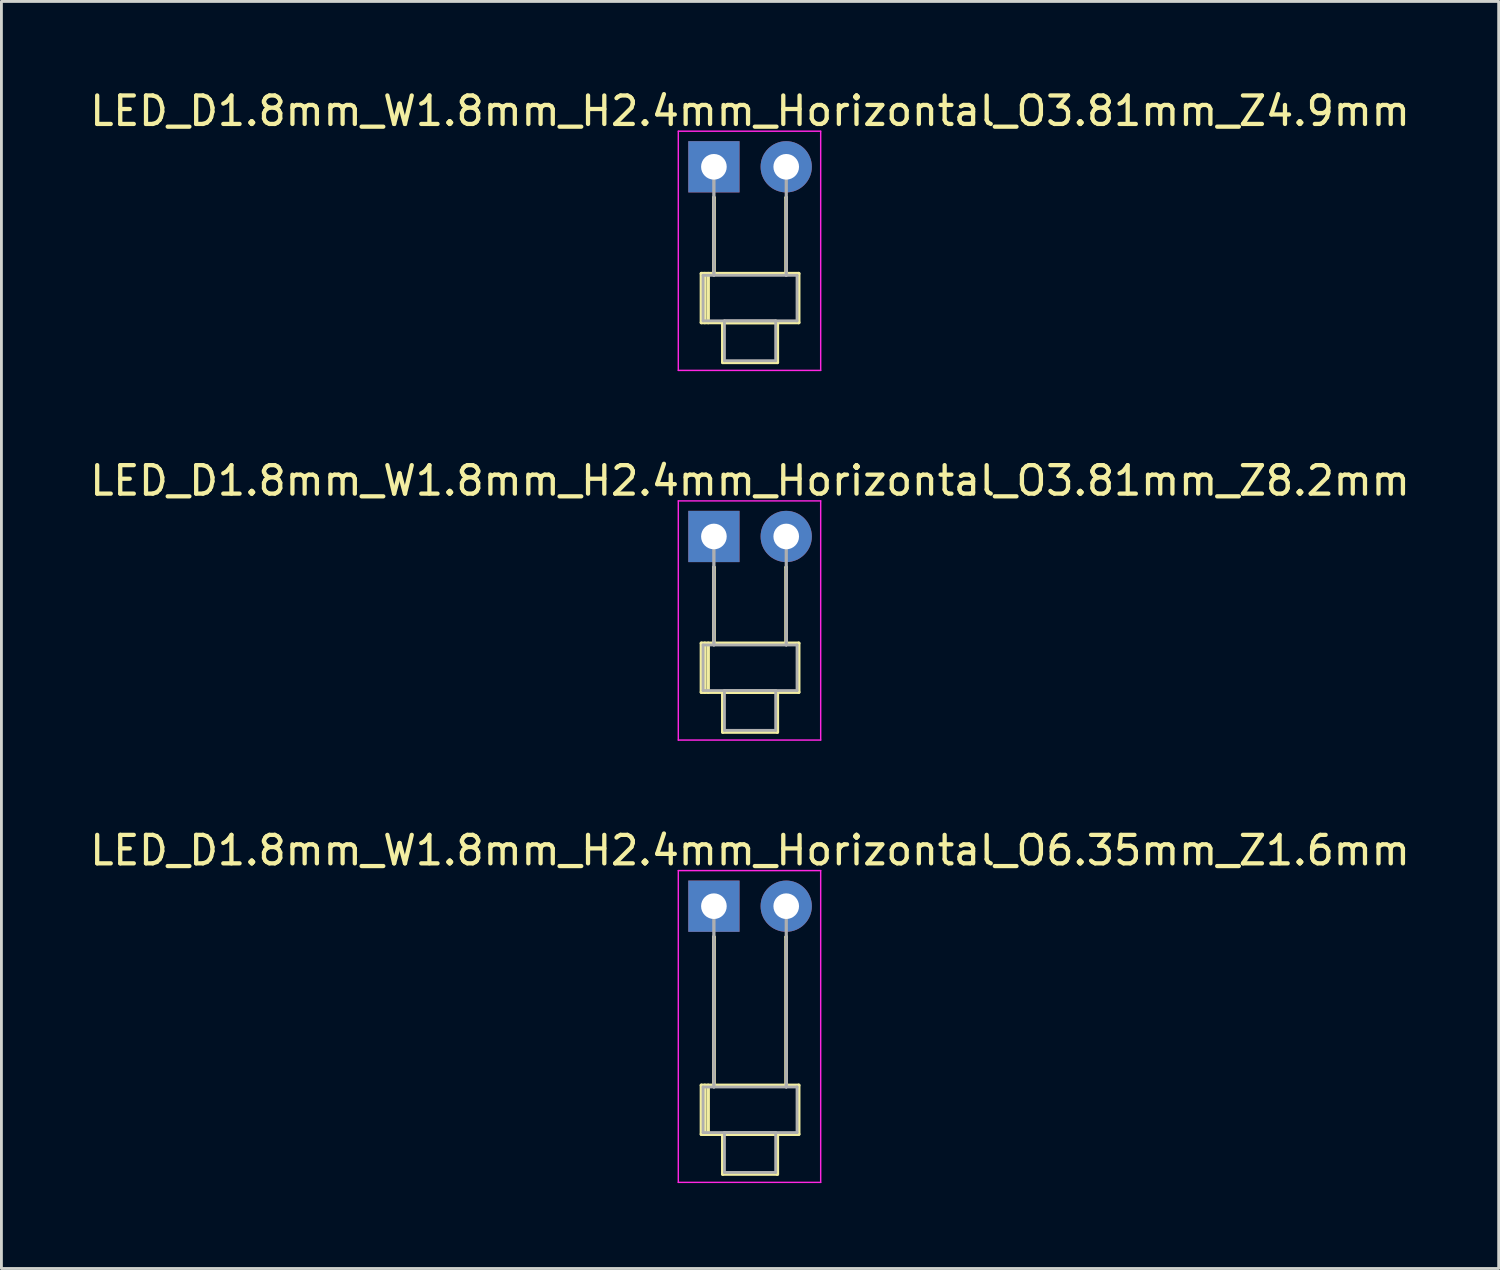
<source format=kicad_pcb>
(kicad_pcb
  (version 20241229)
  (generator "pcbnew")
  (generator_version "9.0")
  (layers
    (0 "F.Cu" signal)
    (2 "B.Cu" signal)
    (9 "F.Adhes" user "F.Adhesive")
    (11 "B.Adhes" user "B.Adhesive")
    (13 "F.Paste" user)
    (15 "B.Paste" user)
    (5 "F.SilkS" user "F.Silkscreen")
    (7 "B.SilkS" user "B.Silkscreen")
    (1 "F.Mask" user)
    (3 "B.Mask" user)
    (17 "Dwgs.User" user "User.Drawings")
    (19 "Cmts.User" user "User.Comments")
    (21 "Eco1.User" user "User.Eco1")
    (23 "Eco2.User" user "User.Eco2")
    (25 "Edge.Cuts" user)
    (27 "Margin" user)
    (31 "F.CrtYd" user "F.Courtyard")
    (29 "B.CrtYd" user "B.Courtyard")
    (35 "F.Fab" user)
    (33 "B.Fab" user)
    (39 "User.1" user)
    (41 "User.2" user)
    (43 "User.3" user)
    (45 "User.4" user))
  (footprint "LED_D1.8mm_W1.8mm_H2.4mm_Horizontal_O6.35mm_Z1.6mm"
    (layer "F.Cu")
    (at 22.022 28.775)
    (property "Reference" "LED_D1.8mm_W1.8mm_H2.4mm_Horizontal_O6.35mm_Z1.6mm" (at 1.27 -1.96 0) (layer "F.SilkS") (effects (font (size 1 1) (thickness 0.15))))
    (attr through_hole)
    (fp_line (start -0.44 6.29) (end -0.44 8.01) (stroke (width 0.12) (type solid)) (layer "F.SilkS"))
    (fp_line (start -0.44 8.01) (end 2.98 8.01) (stroke (width 0.12) (type solid)) (layer "F.SilkS"))
    (fp_line (start -0.32 6.29) (end -0.32 8.01) (stroke (width 0.12) (type solid)) (layer "F.SilkS"))
    (fp_line (start -0.2 6.29) (end -0.2 8.01) (stroke (width 0.12) (type solid)) (layer "F.SilkS"))
    (fp_line (start 0 1.08) (end 0 1.08) (stroke (width 0.12) (type solid)) (layer "F.SilkS"))
    (fp_line (start 0 1.08) (end 0 6.29) (stroke (width 0.12) (type solid)) (layer "F.SilkS"))
    (fp_line (start 0 6.29) (end 0 1.08) (stroke (width 0.12) (type solid)) (layer "F.SilkS"))
    (fp_line (start 0 6.29) (end 0 6.29) (stroke (width 0.12) (type solid)) (layer "F.SilkS"))
    (fp_line (start 0.31 8.01) (end 0.31 9.41) (stroke (width 0.12) (type solid)) (layer "F.SilkS"))
    (fp_line (start 0.31 9.41) (end 2.23 9.41) (stroke (width 0.12) (type solid)) (layer "F.SilkS"))
    (fp_line (start 2.23 8.01) (end 0.31 8.01) (stroke (width 0.12) (type solid)) (layer "F.SilkS"))
    (fp_line (start 2.23 9.41) (end 2.23 8.01) (stroke (width 0.12) (type solid)) (layer "F.SilkS"))
    (fp_line (start 2.54 1.08) (end 2.54 1.08) (stroke (width 0.12) (type solid)) (layer "F.SilkS"))
    (fp_line (start 2.54 1.08) (end 2.54 6.29) (stroke (width 0.12) (type solid)) (layer "F.SilkS"))
    (fp_line (start 2.54 6.29) (end 2.54 1.08) (stroke (width 0.12) (type solid)) (layer "F.SilkS"))
    (fp_line (start 2.54 6.29) (end 2.54 6.29) (stroke (width 0.12) (type solid)) (layer "F.SilkS"))
    (fp_line (start 2.98 6.29) (end -0.44 6.29) (stroke (width 0.12) (type solid)) (layer "F.SilkS"))
    (fp_line (start 2.98 8.01) (end 2.98 6.29) (stroke (width 0.12) (type solid)) (layer "F.SilkS"))
    (fp_line (start -1.25 -1.25) (end -1.25 9.7) (stroke (width 0.05) (type solid)) (layer "F.CrtYd"))
    (fp_line (start -1.25 9.7) (end 3.75 9.7) (stroke (width 0.05) (type solid)) (layer "F.CrtYd"))
    (fp_line (start 3.75 -1.25) (end -1.25 -1.25) (stroke (width 0.05) (type solid)) (layer "F.CrtYd"))
    (fp_line (start 3.75 9.7) (end 3.75 -1.25) (stroke (width 0.05) (type solid)) (layer "F.CrtYd"))
    (fp_line (start -0.38 6.35) (end -0.38 7.95) (stroke (width 0.1) (type solid)) (layer "F.Fab"))
    (fp_line (start -0.38 7.95) (end 2.92 7.95) (stroke (width 0.1) (type solid)) (layer "F.Fab"))
    (fp_line (start 0 0) (end 0 0) (stroke (width 0.1) (type solid)) (layer "F.Fab"))
    (fp_line (start 0 0) (end 0 6.35) (stroke (width 0.1) (type solid)) (layer "F.Fab"))
    (fp_line (start 0 6.35) (end 0 0) (stroke (width 0.1) (type solid)) (layer "F.Fab"))
    (fp_line (start 0 6.35) (end 0 6.35) (stroke (width 0.1) (type solid)) (layer "F.Fab"))
    (fp_line (start 0.37 7.95) (end 0.37 9.35) (stroke (width 0.1) (type solid)) (layer "F.Fab"))
    (fp_line (start 0.37 9.35) (end 2.17 9.35) (stroke (width 0.1) (type solid)) (layer "F.Fab"))
    (fp_line (start 2.17 7.95) (end 0.37 7.95) (stroke (width 0.1) (type solid)) (layer "F.Fab"))
    (fp_line (start 2.17 9.35) (end 2.17 7.95) (stroke (width 0.1) (type solid)) (layer "F.Fab"))
    (fp_line (start 2.54 0) (end 2.54 0) (stroke (width 0.1) (type solid)) (layer "F.Fab"))
    (fp_line (start 2.54 0) (end 2.54 6.35) (stroke (width 0.1) (type solid)) (layer "F.Fab"))
    (fp_line (start 2.54 6.35) (end 2.54 0) (stroke (width 0.1) (type solid)) (layer "F.Fab"))
    (fp_line (start 2.54 6.35) (end 2.54 6.35) (stroke (width 0.1) (type solid)) (layer "F.Fab"))
    (fp_line (start 2.92 6.35) (end -0.38 6.35) (stroke (width 0.1) (type solid)) (layer "F.Fab"))
    (fp_line (start 2.92 7.95) (end 2.92 6.35) (stroke (width 0.1) (type solid)) (layer "F.Fab"))
    (pad "1" thru_hole rect (at 0 0) (size 1.8 1.8) (drill 0.9) (layers "*.Cu" "*.Mask"))
    (pad "2" thru_hole circle (at 2.54 0) (size 1.8 1.8) (drill 0.9) (layers "*.Cu" "*.Mask")))
  (footprint "LED_D1.8mm_W1.8mm_H2.4mm_Horizontal_O3.81mm_Z4.9mm"
    (layer "F.Cu")
    (at 22.022 2.808)
    (property "Reference" "LED_D1.8mm_W1.8mm_H2.4mm_Horizontal_O3.81mm_Z4.9mm" (at 1.27 -1.96 0) (layer "F.SilkS") (effects (font (size 1 1) (thickness 0.15))))
    (attr through_hole)
    (fp_line (start -0.44 3.75) (end -0.44 5.47) (stroke (width 0.12) (type solid)) (layer "F.SilkS"))
    (fp_line (start -0.44 5.47) (end 2.98 5.47) (stroke (width 0.12) (type solid)) (layer "F.SilkS"))
    (fp_line (start -0.32 3.75) (end -0.32 5.47) (stroke (width 0.12) (type solid)) (layer "F.SilkS"))
    (fp_line (start -0.2 3.75) (end -0.2 5.47) (stroke (width 0.12) (type solid)) (layer "F.SilkS"))
    (fp_line (start 0 1.08) (end 0 1.08) (stroke (width 0.12) (type solid)) (layer "F.SilkS"))
    (fp_line (start 0 1.08) (end 0 3.75) (stroke (width 0.12) (type solid)) (layer "F.SilkS"))
    (fp_line (start 0 3.75) (end 0 1.08) (stroke (width 0.12) (type solid)) (layer "F.SilkS"))
    (fp_line (start 0 3.75) (end 0 3.75) (stroke (width 0.12) (type solid)) (layer "F.SilkS"))
    (fp_line (start 0.31 5.47) (end 0.31 6.87) (stroke (width 0.12) (type solid)) (layer "F.SilkS"))
    (fp_line (start 0.31 6.87) (end 2.23 6.87) (stroke (width 0.12) (type solid)) (layer "F.SilkS"))
    (fp_line (start 2.23 5.47) (end 0.31 5.47) (stroke (width 0.12) (type solid)) (layer "F.SilkS"))
    (fp_line (start 2.23 6.87) (end 2.23 5.47) (stroke (width 0.12) (type solid)) (layer "F.SilkS"))
    (fp_line (start 2.54 1.08) (end 2.54 1.08) (stroke (width 0.12) (type solid)) (layer "F.SilkS"))
    (fp_line (start 2.54 1.08) (end 2.54 3.75) (stroke (width 0.12) (type solid)) (layer "F.SilkS"))
    (fp_line (start 2.54 3.75) (end 2.54 1.08) (stroke (width 0.12) (type solid)) (layer "F.SilkS"))
    (fp_line (start 2.54 3.75) (end 2.54 3.75) (stroke (width 0.12) (type solid)) (layer "F.SilkS"))
    (fp_line (start 2.98 3.75) (end -0.44 3.75) (stroke (width 0.12) (type solid)) (layer "F.SilkS"))
    (fp_line (start 2.98 5.47) (end 2.98 3.75) (stroke (width 0.12) (type solid)) (layer "F.SilkS"))
    (fp_line (start -1.25 -1.25) (end -1.25 7.15) (stroke (width 0.05) (type solid)) (layer "F.CrtYd"))
    (fp_line (start -1.25 7.15) (end 3.75 7.15) (stroke (width 0.05) (type solid)) (layer "F.CrtYd"))
    (fp_line (start 3.75 -1.25) (end -1.25 -1.25) (stroke (width 0.05) (type solid)) (layer "F.CrtYd"))
    (fp_line (start 3.75 7.15) (end 3.75 -1.25) (stroke (width 0.05) (type solid)) (layer "F.CrtYd"))
    (fp_line (start -0.38 3.81) (end -0.38 5.41) (stroke (width 0.1) (type solid)) (layer "F.Fab"))
    (fp_line (start -0.38 5.41) (end 2.92 5.41) (stroke (width 0.1) (type solid)) (layer "F.Fab"))
    (fp_line (start 0 0) (end 0 0) (stroke (width 0.1) (type solid)) (layer "F.Fab"))
    (fp_line (start 0 0) (end 0 3.81) (stroke (width 0.1) (type solid)) (layer "F.Fab"))
    (fp_line (start 0 3.81) (end 0 0) (stroke (width 0.1) (type solid)) (layer "F.Fab"))
    (fp_line (start 0 3.81) (end 0 3.81) (stroke (width 0.1) (type solid)) (layer "F.Fab"))
    (fp_line (start 0.37 5.41) (end 0.37 6.81) (stroke (width 0.1) (type solid)) (layer "F.Fab"))
    (fp_line (start 0.37 6.81) (end 2.17 6.81) (stroke (width 0.1) (type solid)) (layer "F.Fab"))
    (fp_line (start 2.17 5.41) (end 0.37 5.41) (stroke (width 0.1) (type solid)) (layer "F.Fab"))
    (fp_line (start 2.17 6.81) (end 2.17 5.41) (stroke (width 0.1) (type solid)) (layer "F.Fab"))
    (fp_line (start 2.54 0) (end 2.54 0) (stroke (width 0.1) (type solid)) (layer "F.Fab"))
    (fp_line (start 2.54 0) (end 2.54 3.81) (stroke (width 0.1) (type solid)) (layer "F.Fab"))
    (fp_line (start 2.54 3.81) (end 2.54 0) (stroke (width 0.1) (type solid)) (layer "F.Fab"))
    (fp_line (start 2.54 3.81) (end 2.54 3.81) (stroke (width 0.1) (type solid)) (layer "F.Fab"))
    (fp_line (start 2.92 3.81) (end -0.38 3.81) (stroke (width 0.1) (type solid)) (layer "F.Fab"))
    (fp_line (start 2.92 5.41) (end 2.92 3.81) (stroke (width 0.1) (type solid)) (layer "F.Fab"))
    (pad "1" thru_hole rect (at 0 0) (size 1.8 1.8) (drill 0.9) (layers "*.Cu" "*.Mask"))
    (pad "2" thru_hole circle (at 2.54 0) (size 1.8 1.8) (drill 0.9) (layers "*.Cu" "*.Mask")))
  (footprint "LED_D1.8mm_W1.8mm_H2.4mm_Horizontal_O3.81mm_Z8.2mm"
    (layer "F.Cu")
    (at 22.022 15.791)
    (property "Reference" "LED_D1.8mm_W1.8mm_H2.4mm_Horizontal_O3.81mm_Z8.2mm" (at 1.27 -1.96 0) (layer "F.SilkS") (effects (font (size 1 1) (thickness 0.15))))
    (attr through_hole)
    (fp_line (start -0.44 3.75) (end -0.44 5.47) (stroke (width 0.12) (type solid)) (layer "F.SilkS"))
    (fp_line (start -0.44 5.47) (end 2.98 5.47) (stroke (width 0.12) (type solid)) (layer "F.SilkS"))
    (fp_line (start -0.32 3.75) (end -0.32 5.47) (stroke (width 0.12) (type solid)) (layer "F.SilkS"))
    (fp_line (start -0.2 3.75) (end -0.2 5.47) (stroke (width 0.12) (type solid)) (layer "F.SilkS"))
    (fp_line (start 0 1.08) (end 0 1.08) (stroke (width 0.12) (type solid)) (layer "F.SilkS"))
    (fp_line (start 0 1.08) (end 0 3.75) (stroke (width 0.12) (type solid)) (layer "F.SilkS"))
    (fp_line (start 0 3.75) (end 0 1.08) (stroke (width 0.12) (type solid)) (layer "F.SilkS"))
    (fp_line (start 0 3.75) (end 0 3.75) (stroke (width 0.12) (type solid)) (layer "F.SilkS"))
    (fp_line (start 0.31 5.47) (end 0.31 6.87) (stroke (width 0.12) (type solid)) (layer "F.SilkS"))
    (fp_line (start 0.31 6.87) (end 2.23 6.87) (stroke (width 0.12) (type solid)) (layer "F.SilkS"))
    (fp_line (start 2.23 5.47) (end 0.31 5.47) (stroke (width 0.12) (type solid)) (layer "F.SilkS"))
    (fp_line (start 2.23 6.87) (end 2.23 5.47) (stroke (width 0.12) (type solid)) (layer "F.SilkS"))
    (fp_line (start 2.54 1.08) (end 2.54 1.08) (stroke (width 0.12) (type solid)) (layer "F.SilkS"))
    (fp_line (start 2.54 1.08) (end 2.54 3.75) (stroke (width 0.12) (type solid)) (layer "F.SilkS"))
    (fp_line (start 2.54 3.75) (end 2.54 1.08) (stroke (width 0.12) (type solid)) (layer "F.SilkS"))
    (fp_line (start 2.54 3.75) (end 2.54 3.75) (stroke (width 0.12) (type solid)) (layer "F.SilkS"))
    (fp_line (start 2.98 3.75) (end -0.44 3.75) (stroke (width 0.12) (type solid)) (layer "F.SilkS"))
    (fp_line (start 2.98 5.47) (end 2.98 3.75) (stroke (width 0.12) (type solid)) (layer "F.SilkS"))
    (fp_line (start -1.25 -1.25) (end -1.25 7.15) (stroke (width 0.05) (type solid)) (layer "F.CrtYd"))
    (fp_line (start -1.25 7.15) (end 3.75 7.15) (stroke (width 0.05) (type solid)) (layer "F.CrtYd"))
    (fp_line (start 3.75 -1.25) (end -1.25 -1.25) (stroke (width 0.05) (type solid)) (layer "F.CrtYd"))
    (fp_line (start 3.75 7.15) (end 3.75 -1.25) (stroke (width 0.05) (type solid)) (layer "F.CrtYd"))
    (fp_line (start -0.38 3.81) (end -0.38 5.41) (stroke (width 0.1) (type solid)) (layer "F.Fab"))
    (fp_line (start -0.38 5.41) (end 2.92 5.41) (stroke (width 0.1) (type solid)) (layer "F.Fab"))
    (fp_line (start 0 0) (end 0 0) (stroke (width 0.1) (type solid)) (layer "F.Fab"))
    (fp_line (start 0 0) (end 0 3.81) (stroke (width 0.1) (type solid)) (layer "F.Fab"))
    (fp_line (start 0 3.81) (end 0 0) (stroke (width 0.1) (type solid)) (layer "F.Fab"))
    (fp_line (start 0 3.81) (end 0 3.81) (stroke (width 0.1) (type solid)) (layer "F.Fab"))
    (fp_line (start 0.37 5.41) (end 0.37 6.81) (stroke (width 0.1) (type solid)) (layer "F.Fab"))
    (fp_line (start 0.37 6.81) (end 2.17 6.81) (stroke (width 0.1) (type solid)) (layer "F.Fab"))
    (fp_line (start 2.17 5.41) (end 0.37 5.41) (stroke (width 0.1) (type solid)) (layer "F.Fab"))
    (fp_line (start 2.17 6.81) (end 2.17 5.41) (stroke (width 0.1) (type solid)) (layer "F.Fab"))
    (fp_line (start 2.54 0) (end 2.54 0) (stroke (width 0.1) (type solid)) (layer "F.Fab"))
    (fp_line (start 2.54 0) (end 2.54 3.81) (stroke (width 0.1) (type solid)) (layer "F.Fab"))
    (fp_line (start 2.54 3.81) (end 2.54 0) (stroke (width 0.1) (type solid)) (layer "F.Fab"))
    (fp_line (start 2.54 3.81) (end 2.54 3.81) (stroke (width 0.1) (type solid)) (layer "F.Fab"))
    (fp_line (start 2.92 3.81) (end -0.38 3.81) (stroke (width 0.1) (type solid)) (layer "F.Fab"))
    (fp_line (start 2.92 5.41) (end 2.92 3.81) (stroke (width 0.1) (type solid)) (layer "F.Fab"))
    (pad "1" thru_hole rect (at 0 0) (size 1.8 1.8) (drill 0.9) (layers "*.Cu" "*.Mask"))
    (pad "2" thru_hole circle (at 2.54 0) (size 1.8 1.8) (drill 0.9) (layers "*.Cu" "*.Mask")))
  (gr_rect
    (start -3 -3)
    (end 49.583 41.5)
    (stroke (width 0.1) (type default))
    (fill no)
    (layer "Edge.Cuts")))
</source>
